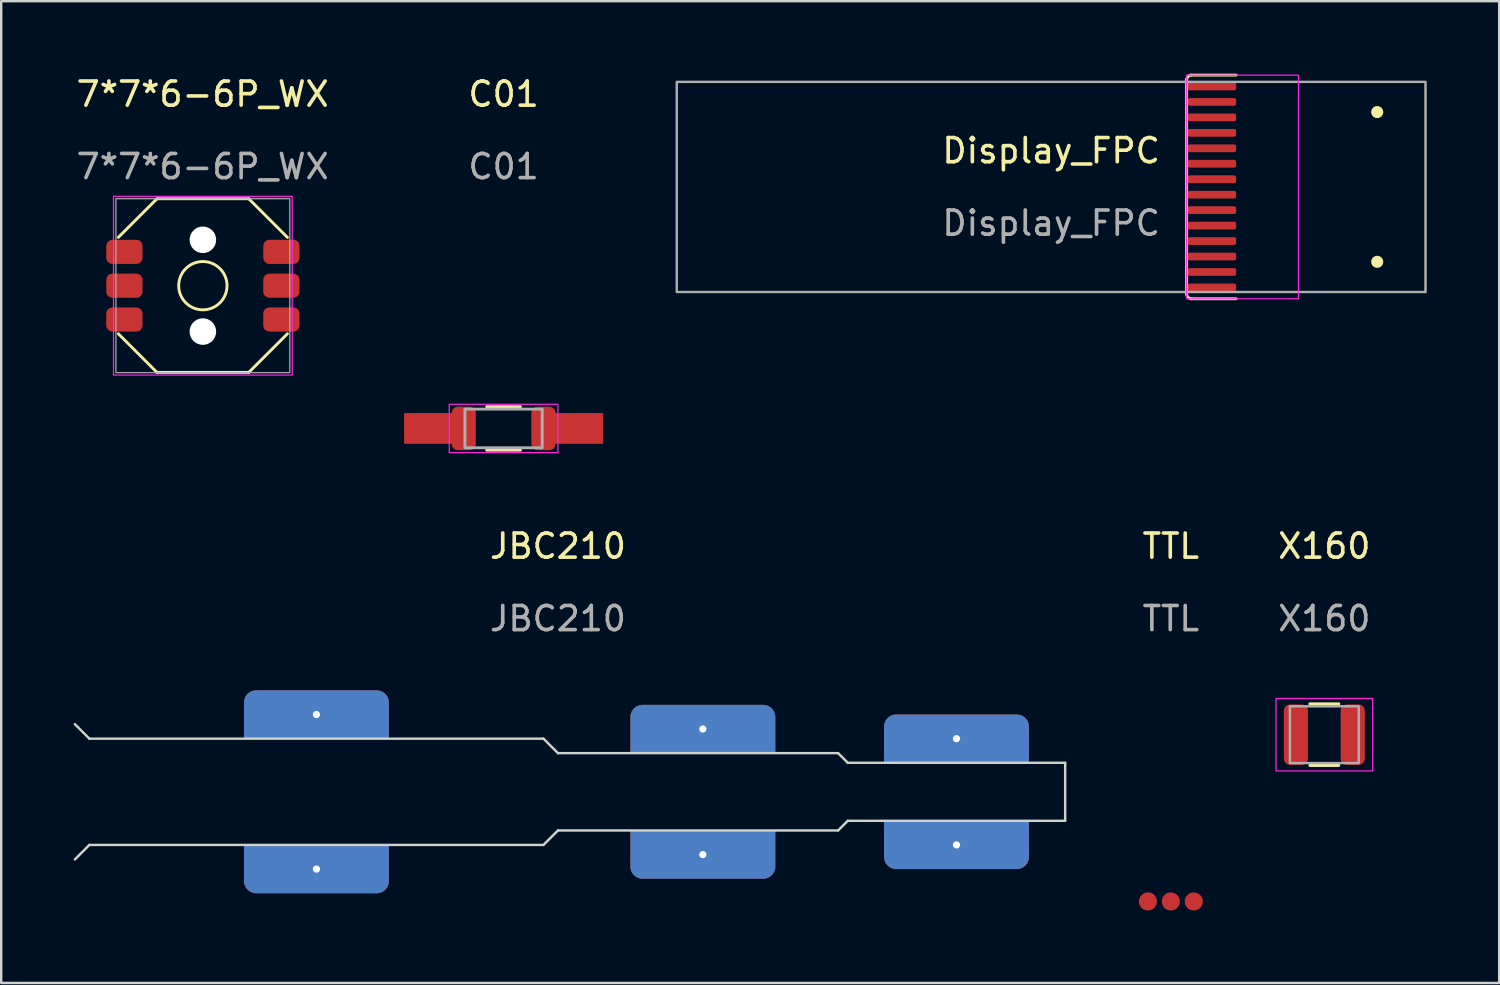
<source format=kicad_pcb>
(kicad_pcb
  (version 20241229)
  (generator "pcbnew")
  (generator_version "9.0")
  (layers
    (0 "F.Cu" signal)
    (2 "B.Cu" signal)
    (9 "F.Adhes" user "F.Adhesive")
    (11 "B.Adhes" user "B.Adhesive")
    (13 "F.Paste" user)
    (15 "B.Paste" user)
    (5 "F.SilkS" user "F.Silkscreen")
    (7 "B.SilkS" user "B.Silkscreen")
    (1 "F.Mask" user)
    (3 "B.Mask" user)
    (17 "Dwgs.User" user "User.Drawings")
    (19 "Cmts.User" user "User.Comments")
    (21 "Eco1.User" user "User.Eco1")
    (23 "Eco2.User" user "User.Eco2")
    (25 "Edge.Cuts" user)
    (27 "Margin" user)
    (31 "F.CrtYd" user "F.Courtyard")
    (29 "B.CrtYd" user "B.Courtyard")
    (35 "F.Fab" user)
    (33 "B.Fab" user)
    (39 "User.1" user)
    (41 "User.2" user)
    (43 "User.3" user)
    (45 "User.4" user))
  (footprint "7*7*6-6P_WX"
    (layer "F.Cu")
    (at 5.349 8.778)
    (property "Reference" "7*7*6-6P_WX" (at -0.01 -7.93 0) (unlocked yes) (layer "F.SilkS") (effects (font (size 1 1) (thickness 0.15))))
    (attr smd)
    (fp_line (start -3.5 -2) (end -1.9 -3.6) (stroke (width 0.12) (type solid)) (layer "F.SilkS"))
    (fp_line (start -1.9 -3.6) (end 1.9 -3.6) (stroke (width 0.12) (type solid)) (layer "F.SilkS"))
    (fp_line (start -1.9 3.59) (end -3.5 1.99) (stroke (width 0.12) (type solid)) (layer "F.SilkS"))
    (fp_line (start 1.9 3.59) (end -1.9 3.59) (stroke (width 0.12) (type solid)) (layer "F.SilkS"))
    (fp_line (start 1.9 3.59) (end 3.5 1.99) (stroke (width 0.12) (type solid)) (layer "F.SilkS"))
    (fp_line (start 3.5 -2) (end 1.9 -3.6) (stroke (width 0.12) (type solid)) (layer "F.SilkS"))
    (fp_circle (center 0 0) (end 1 0) (stroke (width 0.12) (type solid)) (fill no) (layer "F.SilkS"))
    (fp_rect (start -3.7 -3.7) (end 3.7 3.7) (stroke (width 0.05) (type solid)) (fill no) (layer "F.CrtYd"))
    (fp_rect (start -3.6 -3.6) (end 3.6 3.6) (stroke (width 0.05) (type solid)) (fill no) (layer "F.Fab"))
    (fp_text user "${REFERENCE}" (at -0.01 -4.93 0) (unlocked yes) (layer "F.Fab") (effects (font (size 1 1) (thickness 0.15))))
    (pad "" np_thru_hole circle (at 0 -1.9) (size 1.1 1.1) (drill 1.1) (layers "*.Cu" "*.Mask"))
    (pad "" np_thru_hole circle (at 0 1.9) (size 1.1 1.1) (drill 1.1) (layers "*.Cu" "*.Mask"))
    (pad "1" smd roundrect (at -3.25 -1.4 90) (size 1 1.5) (layers "F.Cu" "F.Mask" "F.Paste") (roundrect_rratio 0.25))
    (pad "2" smd roundrect (at -3.25 0 90) (size 1 1.5) (layers "F.Cu" "F.Mask" "F.Paste") (roundrect_rratio 0.25))
    (pad "3" smd roundrect (at -3.25 1.4 90) (size 1 1.5) (layers "F.Cu" "F.Mask" "F.Paste") (roundrect_rratio 0.25))
    (pad "4" smd roundrect (at 3.25 -1.4 90) (size 1 1.5) (layers "F.Cu" "F.Mask" "F.Paste") (roundrect_rratio 0.25))
    (pad "5" smd roundrect (at 3.25 0 90) (size 1 1.5) (layers "F.Cu" "F.Mask" "F.Paste") (roundrect_rratio 0.25))
    (pad "6" smd roundrect (at 3.25 1.4 90) (size 1 1.5) (layers "F.Cu" "F.Mask" "F.Paste") (roundrect_rratio 0.25)))
  (footprint "TTL"
    (layer "F.Cu")
    (at 45.425 34.272)
    (property "Reference" "TTL" (at 0 -14.71 0) (unlocked yes) (layer "F.SilkS") (effects (font (size 1 1) (thickness 0.15))))
    (attr smd)
    (fp_text user "${REFERENCE}" (at 0 -11.71 0) (unlocked yes) (layer "F.Fab") (effects (font (size 1 1) (thickness 0.15))))
    (pad "1" smd circle (at -0.95 0) (size 0.75 0.75) (layers "F.Cu" "F.Mask" "F.Paste"))
    (pad "2" smd circle (at 0 0) (size 0.75 0.75) (layers "F.Cu" "F.Mask" "F.Paste"))
    (pad "3" smd circle (at 0.95 0) (size 0.75 0.75) (layers "F.Cu" "F.Mask" "F.Paste")))
  (footprint "Display_FPC"
    (layer "F.Cu")
    (at 40.469 4.69)
    (property "Reference" "Display_FPC" (at 0 -1.5 0) (unlocked yes) (layer "F.SilkS") (effects (font (size 1 1) (thickness 0.15))))
    (attr smd)
    (fp_line (start 5.61 -4.43) (end 5.61 4.43) (stroke (width 0.12) (type solid)) (layer "F.SilkS"))
    (fp_line (start 5.81 4.63) (end 7.66 4.63) (stroke (width 0.12) (type solid)) (layer "F.SilkS"))
    (fp_line (start 7.66 -4.63) (end 5.81 -4.63) (stroke (width 0.12) (type solid)) (layer "F.SilkS"))
    (fp_line (start 15.5 -4.35) (end 15.5 4.35) (stroke (width 0.05) (type solid)) (layer "F.SilkS"))
    (fp_arc (start 5.61 -4.43) (mid 5.668579 -4.571421) (end 5.81 -4.63) (stroke (width 0.12) (type solid)) (layer "F.SilkS"))
    (fp_arc (start 5.81 4.63) (mid 5.668579 4.571421) (end 5.61 4.43) (stroke (width 0.12) (type solid)) (layer "F.SilkS"))
    (fp_circle (center 13.5 -3.1) (end 13.75 -3.1) (stroke (width 0) (type solid)) (fill yes) (layer "F.SilkS"))
    (fp_circle (center 13.5 3.1) (end 13.75 3.1) (stroke (width 0) (type solid)) (fill yes) (layer "F.SilkS"))
    (fp_rect (start 5.61 -4.63) (end 10.24 4.63) (stroke (width 0.05) (type solid)) (fill no) (layer "F.CrtYd"))
    (fp_rect (start 15.5 -4.35) (end -15.5 4.35) (stroke (width 0.1) (type solid)) (fill no) (layer "F.Fab"))
    (fp_text user "${REFERENCE}" (at 0 1.5 0) (unlocked yes) (layer "F.Fab") (effects (font (size 1 1) (thickness 0.15))))
    (pad "1" smd roundrect (at 6.66 4.16 90) (size 0.32 2) (layers "F.Cu" "F.Mask" "F.Paste") (roundrect_rratio 0.25))
    (pad "2" smd roundrect (at 6.66 3.52 90) (size 0.32 2) (layers "F.Cu" "F.Mask" "F.Paste") (roundrect_rratio 0.25))
    (pad "3" smd roundrect (at 6.66 2.88 90) (size 0.32 2) (layers "F.Cu" "F.Mask" "F.Paste") (roundrect_rratio 0.25))
    (pad "4" smd roundrect (at 6.66 2.24 90) (size 0.32 2) (layers "F.Cu" "F.Mask" "F.Paste") (roundrect_rratio 0.25))
    (pad "5" smd roundrect (at 6.66 1.6 90) (size 0.32 2) (layers "F.Cu" "F.Mask" "F.Paste") (roundrect_rratio 0.25))
    (pad "6" smd roundrect (at 6.66 0.96 90) (size 0.32 2) (layers "F.Cu" "F.Mask" "F.Paste") (roundrect_rratio 0.25))
    (pad "7" smd roundrect (at 6.66 0.32 90) (size 0.32 2) (layers "F.Cu" "F.Mask" "F.Paste") (roundrect_rratio 0.25))
    (pad "8" smd roundrect (at 6.66 -0.32 90) (size 0.32 2) (layers "F.Cu" "F.Mask" "F.Paste") (roundrect_rratio 0.25))
    (pad "9" smd roundrect (at 6.66 -0.96 90) (size 0.32 2) (layers "F.Cu" "F.Mask" "F.Paste") (roundrect_rratio 0.25))
    (pad "10" smd roundrect (at 6.66 -1.6 90) (size 0.32 2) (layers "F.Cu" "F.Mask" "F.Paste") (roundrect_rratio 0.25))
    (pad "11" smd roundrect (at 6.66 -2.24 90) (size 0.32 2) (layers "F.Cu" "F.Mask" "F.Paste") (roundrect_rratio 0.25))
    (pad "12" smd roundrect (at 6.66 -2.88 90) (size 0.32 2) (layers "F.Cu" "F.Mask" "F.Paste") (roundrect_rratio 0.25))
    (pad "13" smd roundrect (at 6.66 -3.52 90) (size 0.32 2) (layers "F.Cu" "F.Mask" "F.Paste") (roundrect_rratio 0.25))
    (pad "14" smd roundrect (at 6.66 -4.16 90) (size 0.32 2) (layers "F.Cu" "F.Mask" "F.Paste") (roundrect_rratio 0.25)))
  (footprint "C01"
    (layer "F.Cu")
    (at 17.799 14.688)
    (property "Reference" "C01" (at 0 -13.84 0) (unlocked yes) (layer "F.SilkS") (effects (font (size 1 1) (thickness 0.15))))
    (attr smd)
    (fp_line (start -0.7 -0.9) (end 0.7 -0.9) (stroke (width 0.12) (type solid)) (layer "F.SilkS"))
    (fp_line (start -0.7 0.9) (end 0.7 0.9) (stroke (width 0.12) (type solid)) (layer "F.SilkS"))
    (fp_rect (start -2.25 -1) (end 2.25 1) (stroke (width 0.05) (type solid)) (fill no) (layer "F.CrtYd"))
    (fp_rect (start -1.6 -0.8) (end 1.6 0.8) (stroke (width 0.12) (type solid)) (fill no) (layer "F.Fab"))
    (fp_text user "${REFERENCE}" (at 0 -10.84 0) (unlocked yes) (layer "F.Fab") (effects (font (size 1 1) (thickness 0.15))))
    (pad "1" smd rect (at -3.12 0) (size 2 1.27) (layers "F.Cu" "F.Paste"))
    (pad "1" smd roundrect (at -1.65 0) (size 1 1.8) (layers "F.Cu" "F.Mask" "F.Paste") (roundrect_rratio 0.25))
    (pad "1" smd rect (at 3.12 0) (size 2 1.27) (layers "F.Cu" "F.Paste"))
    (pad "2" smd roundrect (at 1.65 0) (size 1 1.8) (layers "F.Cu" "F.Mask" "F.Paste") (roundrect_rratio 0.25)))
  (footprint "JBC210"
    (layer "F.Cu")
    (at 20.05 29.732)
    (property "Reference" "JBC210" (at 0 -10.17 0) (unlocked yes) (layer "F.SilkS") (effects (font (size 1 1) (thickness 0.15))))
    (attr smd)
    (fp_line (start -19.4 -2.2) (end -20 -2.8) (stroke (width 0.1) (type solid)) (layer "Edge.Cuts"))
    (fp_line (start -19.4 -2.2) (end -0.6 -2.2) (stroke (width 0.1) (type solid)) (layer "Edge.Cuts"))
    (fp_line (start -19.4 2.2) (end -20 2.8) (stroke (width 0.1) (type solid)) (layer "Edge.Cuts"))
    (fp_line (start -19.4 2.2) (end -0.6 2.2) (stroke (width 0.1) (type solid)) (layer "Edge.Cuts"))
    (fp_line (start -0.6 2.2) (end 0 1.6) (stroke (width 0.1) (type solid)) (layer "Edge.Cuts"))
    (fp_line (start 0 -1.6) (end -0.6 -2.2) (stroke (width 0.1) (type solid)) (layer "Edge.Cuts"))
    (fp_line (start 0 -1.6) (end 11.6 -1.6) (stroke (width 0.1) (type solid)) (layer "Edge.Cuts"))
    (fp_line (start 0 1.6) (end 11.6 1.6) (stroke (width 0.1) (type solid)) (layer "Edge.Cuts"))
    (fp_line (start 11.6 -1.6) (end 12 -1.2) (stroke (width 0.1) (type solid)) (layer "Edge.Cuts"))
    (fp_line (start 11.6 1.6) (end 12 1.2) (stroke (width 0.1) (type solid)) (layer "Edge.Cuts"))
    (fp_line (start 12 -1.2) (end 21 -1.2) (stroke (width 0.1) (type solid)) (layer "Edge.Cuts"))
    (fp_line (start 12 1.2) (end 21 1.2) (stroke (width 0.1) (type solid)) (layer "Edge.Cuts"))
    (fp_line (start 21 -1.2) (end 21 1.2) (stroke (width 0.1) (type solid)) (layer "Edge.Cuts"))
    (fp_text user "${REFERENCE}" (at 0 -7.17 0) (unlocked yes) (layer "F.Fab") (effects (font (size 1 1) (thickness 0.15))))
    (pad "1" thru_hole roundrect (at -10 -3.2) (size 6 2) (drill 0.3) (layers "*.Cu" "*.Mask") (remove_unused_layers yes) (keep_end_layers yes) (zone_layer_connections) (roundrect_rratio 0.25) (chamfer_ratio 0) (chamfer bottom_left bottom_right))
    (pad "1" thru_hole roundrect (at -10 3.2 180) (size 6 2) (drill 0.3) (layers "*.Cu" "*.Mask") (remove_unused_layers yes) (keep_end_layers yes) (zone_layer_connections) (roundrect_rratio 0.25) (chamfer_ratio 0) (chamfer bottom_left bottom_right))
    (pad "2" thru_hole roundrect (at 6 -2.6) (size 6 2) (drill 0.3) (layers "*.Cu" "*.Mask") (remove_unused_layers yes) (keep_end_layers yes) (zone_layer_connections) (roundrect_rratio 0.25) (chamfer_ratio 0) (chamfer bottom_left bottom_right))
    (pad "2" thru_hole roundrect (at 6 2.6 180) (size 6 2) (drill 0.3) (layers "*.Cu" "*.Mask") (remove_unused_layers yes) (keep_end_layers yes) (zone_layer_connections) (roundrect_rratio 0.25) (chamfer_ratio 0) (chamfer bottom_left bottom_right))
    (pad "3" thru_hole roundrect (at 16.5 -2.2) (size 6 2) (drill 0.3) (layers "*.Cu" "*.Mask") (remove_unused_layers yes) (keep_end_layers yes) (zone_layer_connections) (roundrect_rratio 0.25) (chamfer_ratio 0) (chamfer bottom_left bottom_right))
    (pad "3" thru_hole roundrect (at 16.5 2.2 180) (size 6 2) (drill 0.3) (layers "*.Cu" "*.Mask") (remove_unused_layers yes) (keep_end_layers yes) (zone_layer_connections) (roundrect_rratio 0.25) (chamfer_ratio 0) (chamfer bottom_left bottom_right)))
  (footprint "X160"
    (layer "F.Cu")
    (at 51.78 27.367)
    (property "Reference" "X160" (at 0 -7.806 0) (unlocked yes) (layer "F.SilkS") (effects (font (size 1 1) (thickness 0.15))))
    (attr smd)
    (fp_line (start -0.6 -1.275) (end 0.6 -1.275) (stroke (width 0.12) (type solid)) (layer "F.SilkS"))
    (fp_line (start -0.6 1.275) (end 0.6 1.275) (stroke (width 0.12) (type solid)) (layer "F.SilkS"))
    (fp_rect (start -2 -1.5) (end 2 1.5) (stroke (width 0.05) (type solid)) (fill no) (layer "F.CrtYd"))
    (fp_rect (start -1.425 -1.175) (end 1.425 1.175) (stroke (width 0.1) (type solid)) (fill no) (layer "F.Fab"))
    (fp_text user "${REFERENCE}" (at 0 -4.806 0) (unlocked yes) (layer "F.Fab") (effects (font (size 1 1) (thickness 0.15))))
    (pad "1" smd roundrect (at -1.175 0) (size 1 2.5) (layers "F.Cu" "F.Mask" "F.Paste") (roundrect_rratio 0.25))
    (pad "2" smd roundrect (at 1.175 0) (size 1 2.5) (layers "F.Cu" "F.Mask" "F.Paste") (roundrect_rratio 0.25)))
  (gr_rect
    (start -3 -3)
    (end 59.019 37.647)
    (stroke (width 0.1) (type default))
    (fill no)
    (layer "Edge.Cuts")))
</source>
